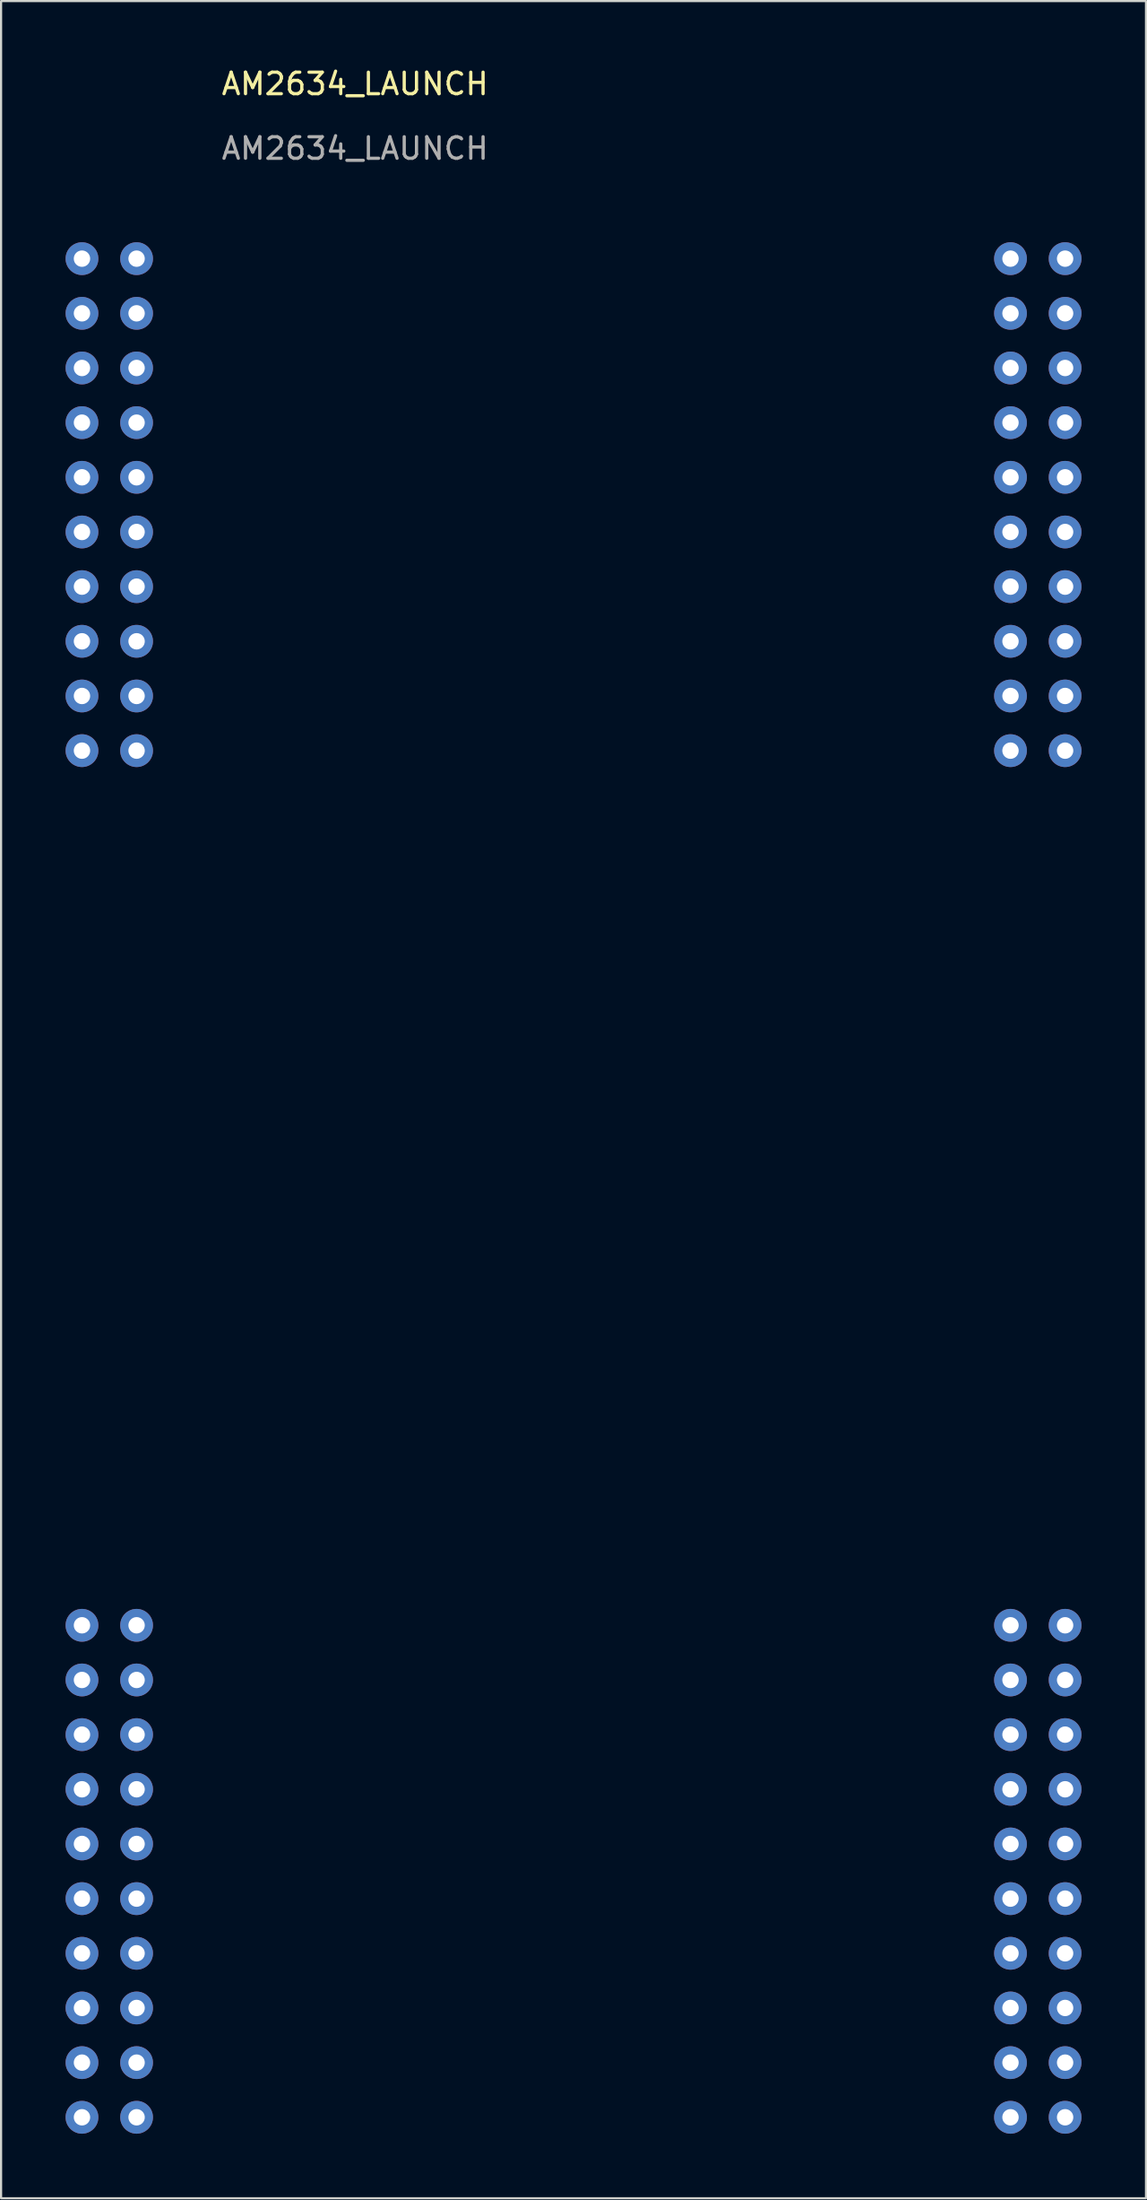
<source format=kicad_pcb>
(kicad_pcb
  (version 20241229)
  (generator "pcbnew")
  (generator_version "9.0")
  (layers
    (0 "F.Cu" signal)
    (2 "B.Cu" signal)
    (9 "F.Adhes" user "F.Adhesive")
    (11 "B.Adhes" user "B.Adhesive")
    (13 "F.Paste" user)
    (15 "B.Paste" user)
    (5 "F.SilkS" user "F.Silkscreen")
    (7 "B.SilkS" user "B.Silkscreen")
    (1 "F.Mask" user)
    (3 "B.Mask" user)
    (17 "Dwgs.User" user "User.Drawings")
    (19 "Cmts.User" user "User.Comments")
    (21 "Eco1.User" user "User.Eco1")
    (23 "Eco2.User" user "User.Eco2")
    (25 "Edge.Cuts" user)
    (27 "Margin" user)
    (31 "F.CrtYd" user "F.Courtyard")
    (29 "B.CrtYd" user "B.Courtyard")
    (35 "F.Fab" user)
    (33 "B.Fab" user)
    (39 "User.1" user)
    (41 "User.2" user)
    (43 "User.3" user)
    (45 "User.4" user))
  (footprint "AM2634_LAUNCH"
    (layer "F.Cu")
    (at 0.762 8.968)
    (property "Reference" "AM2634_LAUNCH" (at 12.7 -8.12 0) (unlocked yes) (layer "F.SilkS") (effects (font (size 1 1) (thickness 0.15))))
    (attr through_hole)
    (fp_text user "${REFERENCE}" (at 12.7 -5.12 0) (unlocked yes) (layer "F.Fab") (effects (font (size 1 1) (thickness 0.15))))
    (pad "1" thru_hole circle (at 0 0) (size 1.524 1.524) (drill 0.762) (layers "*.Cu" "*.Mask"))
    (pad "2" thru_hole circle (at 0 2.54) (size 1.524 1.524) (drill 0.762) (layers "*.Cu" "*.Mask"))
    (pad "3" thru_hole circle (at 0 5.08) (size 1.524 1.524) (drill 0.762) (layers "*.Cu" "*.Mask"))
    (pad "4" thru_hole circle (at 0 7.62) (size 1.524 1.524) (drill 0.762) (layers "*.Cu" "*.Mask"))
    (pad "5" thru_hole circle (at 0 10.16) (size 1.524 1.524) (drill 0.762) (layers "*.Cu" "*.Mask"))
    (pad "6" thru_hole circle (at 0 12.7) (size 1.524 1.524) (drill 0.762) (layers "*.Cu" "*.Mask"))
    (pad "7" thru_hole circle (at 0 15.24) (size 1.524 1.524) (drill 0.762) (layers "*.Cu" "*.Mask"))
    (pad "8" thru_hole circle (at 0 17.78) (size 1.524 1.524) (drill 0.762) (layers "*.Cu" "*.Mask"))
    (pad "9" thru_hole circle (at 0 20.32) (size 1.524 1.524) (drill 0.762) (layers "*.Cu" "*.Mask"))
    (pad "10" thru_hole circle (at 0 22.86) (size 1.524 1.524) (drill 0.762) (layers "*.Cu" "*.Mask"))
    (pad "11" thru_hole circle (at 45.72 22.86) (size 1.524 1.524) (drill 0.762) (layers "*.Cu" "*.Mask"))
    (pad "12" thru_hole circle (at 45.72 20.32) (size 1.524 1.524) (drill 0.762) (layers "*.Cu" "*.Mask"))
    (pad "13" thru_hole circle (at 45.72 17.78) (size 1.524 1.524) (drill 0.762) (layers "*.Cu" "*.Mask"))
    (pad "14" thru_hole circle (at 45.72 15.24) (size 1.524 1.524) (drill 0.762) (layers "*.Cu" "*.Mask"))
    (pad "15" thru_hole circle (at 45.72 12.7) (size 1.524 1.524) (drill 0.762) (layers "*.Cu" "*.Mask"))
    (pad "16" thru_hole circle (at 45.72 10.16) (size 1.524 1.524) (drill 0.762) (layers "*.Cu" "*.Mask"))
    (pad "17" thru_hole circle (at 45.72 7.62) (size 1.524 1.524) (drill 0.762) (layers "*.Cu" "*.Mask"))
    (pad "18" thru_hole circle (at 45.72 5.08) (size 1.524 1.524) (drill 0.762) (layers "*.Cu" "*.Mask"))
    (pad "19" thru_hole circle (at 45.72 2.54) (size 1.524 1.524) (drill 0.762) (layers "*.Cu" "*.Mask"))
    (pad "20" thru_hole circle (at 45.72 0) (size 1.524 1.524) (drill 0.762) (layers "*.Cu" "*.Mask"))
    (pad "21" thru_hole circle (at 2.54 0) (size 1.524 1.524) (drill 0.762) (layers "*.Cu" "*.Mask"))
    (pad "22" thru_hole circle (at 2.54 2.54) (size 1.524 1.524) (drill 0.762) (layers "*.Cu" "*.Mask"))
    (pad "23" thru_hole circle (at 2.54 5.08) (size 1.524 1.524) (drill 0.762) (layers "*.Cu" "*.Mask"))
    (pad "24" thru_hole circle (at 2.54 7.62) (size 1.524 1.524) (drill 0.762) (layers "*.Cu" "*.Mask"))
    (pad "25" thru_hole circle (at 2.54 10.16) (size 1.524 1.524) (drill 0.762) (layers "*.Cu" "*.Mask"))
    (pad "26" thru_hole circle (at 2.54 12.7) (size 1.524 1.524) (drill 0.762) (layers "*.Cu" "*.Mask"))
    (pad "27" thru_hole circle (at 2.54 15.24) (size 1.524 1.524) (drill 0.762) (layers "*.Cu" "*.Mask"))
    (pad "28" thru_hole circle (at 2.54 17.78) (size 1.524 1.524) (drill 0.762) (layers "*.Cu" "*.Mask"))
    (pad "29" thru_hole circle (at 2.54 20.32) (size 1.524 1.524) (drill 0.762) (layers "*.Cu" "*.Mask"))
    (pad "30" thru_hole circle (at 2.54 22.86) (size 1.524 1.524) (drill 0.762) (layers "*.Cu" "*.Mask"))
    (pad "31" thru_hole circle (at 43.18 22.86) (size 1.524 1.524) (drill 0.762) (layers "*.Cu" "*.Mask"))
    (pad "32" thru_hole circle (at 43.18 20.32) (size 1.524 1.524) (drill 0.762) (layers "*.Cu" "*.Mask"))
    (pad "33" thru_hole circle (at 43.18 17.78) (size 1.524 1.524) (drill 0.762) (layers "*.Cu" "*.Mask"))
    (pad "34" thru_hole circle (at 43.18 15.24) (size 1.524 1.524) (drill 0.762) (layers "*.Cu" "*.Mask"))
    (pad "35" thru_hole circle (at 43.18 12.7) (size 1.524 1.524) (drill 0.762) (layers "*.Cu" "*.Mask"))
    (pad "36" thru_hole circle (at 43.18 10.16) (size 1.524 1.524) (drill 0.762) (layers "*.Cu" "*.Mask"))
    (pad "37" thru_hole circle (at 43.18 7.62) (size 1.524 1.524) (drill 0.762) (layers "*.Cu" "*.Mask"))
    (pad "38" thru_hole circle (at 43.18 5.08) (size 1.524 1.524) (drill 0.762) (layers "*.Cu" "*.Mask"))
    (pad "39" thru_hole circle (at 43.18 2.54) (size 1.524 1.524) (drill 0.762) (layers "*.Cu" "*.Mask"))
    (pad "40" thru_hole circle (at 43.18 0) (size 1.524 1.524) (drill 0.762) (layers "*.Cu" "*.Mask"))
    (pad "41" thru_hole circle (at 0 63.5) (size 1.524 1.524) (drill 0.762) (layers "*.Cu" "*.Mask"))
    (pad "42" thru_hole circle (at 0 66.04) (size 1.524 1.524) (drill 0.762) (layers "*.Cu" "*.Mask"))
    (pad "43" thru_hole circle (at 0 68.58) (size 1.524 1.524) (drill 0.762) (layers "*.Cu" "*.Mask"))
    (pad "44" thru_hole circle (at 0 71.12) (size 1.524 1.524) (drill 0.762) (layers "*.Cu" "*.Mask"))
    (pad "45" thru_hole circle (at 0 73.66) (size 1.524 1.524) (drill 0.762) (layers "*.Cu" "*.Mask"))
    (pad "46" thru_hole circle (at 0 76.2) (size 1.524 1.524) (drill 0.762) (layers "*.Cu" "*.Mask"))
    (pad "47" thru_hole circle (at 0 78.74) (size 1.524 1.524) (drill 0.762) (layers "*.Cu" "*.Mask"))
    (pad "48" thru_hole circle (at 0 81.28) (size 1.524 1.524) (drill 0.762) (layers "*.Cu" "*.Mask"))
    (pad "49" thru_hole circle (at 0 83.82) (size 1.524 1.524) (drill 0.762) (layers "*.Cu" "*.Mask"))
    (pad "50" thru_hole circle (at 0 86.36) (size 1.524 1.524) (drill 0.762) (layers "*.Cu" "*.Mask"))
    (pad "51" thru_hole circle (at 45.72 86.36) (size 1.524 1.524) (drill 0.762) (layers "*.Cu" "*.Mask"))
    (pad "52" thru_hole circle (at 45.72 83.82) (size 1.524 1.524) (drill 0.762) (layers "*.Cu" "*.Mask"))
    (pad "53" thru_hole circle (at 45.72 81.28) (size 1.524 1.524) (drill 0.762) (layers "*.Cu" "*.Mask"))
    (pad "54" thru_hole circle (at 45.72 78.74) (size 1.524 1.524) (drill 0.762) (layers "*.Cu" "*.Mask"))
    (pad "55" thru_hole circle (at 45.72 76.2) (size 1.524 1.524) (drill 0.762) (layers "*.Cu" "*.Mask"))
    (pad "56" thru_hole circle (at 45.72 73.66) (size 1.524 1.524) (drill 0.762) (layers "*.Cu" "*.Mask"))
    (pad "57" thru_hole circle (at 45.72 71.12) (size 1.524 1.524) (drill 0.762) (layers "*.Cu" "*.Mask"))
    (pad "58" thru_hole circle (at 45.72 68.58) (size 1.524 1.524) (drill 0.762) (layers "*.Cu" "*.Mask"))
    (pad "59" thru_hole circle (at 45.72 66.04) (size 1.524 1.524) (drill 0.762) (layers "*.Cu" "*.Mask"))
    (pad "60" thru_hole circle (at 45.72 63.5) (size 1.524 1.524) (drill 0.762) (layers "*.Cu" "*.Mask"))
    (pad "61" thru_hole circle (at 2.54 63.5) (size 1.524 1.524) (drill 0.762) (layers "*.Cu" "*.Mask"))
    (pad "62" thru_hole circle (at 2.54 66.04) (size 1.524 1.524) (drill 0.762) (layers "*.Cu" "*.Mask"))
    (pad "63" thru_hole circle (at 2.54 68.58) (size 1.524 1.524) (drill 0.762) (layers "*.Cu" "*.Mask"))
    (pad "64" thru_hole circle (at 2.54 71.12) (size 1.524 1.524) (drill 0.762) (layers "*.Cu" "*.Mask"))
    (pad "65" thru_hole circle (at 2.54 73.66) (size 1.524 1.524) (drill 0.762) (layers "*.Cu" "*.Mask"))
    (pad "66" thru_hole circle (at 2.54 76.2) (size 1.524 1.524) (drill 0.762) (layers "*.Cu" "*.Mask"))
    (pad "67" thru_hole circle (at 2.54 78.74) (size 1.524 1.524) (drill 0.762) (layers "*.Cu" "*.Mask"))
    (pad "68" thru_hole circle (at 2.54 81.28) (size 1.524 1.524) (drill 0.762) (layers "*.Cu" "*.Mask"))
    (pad "69" thru_hole circle (at 2.54 83.82) (size 1.524 1.524) (drill 0.762) (layers "*.Cu" "*.Mask"))
    (pad "70" thru_hole circle (at 2.54 86.36) (size 1.524 1.524) (drill 0.762) (layers "*.Cu" "*.Mask"))
    (pad "71" thru_hole circle (at 43.18 86.36) (size 1.524 1.524) (drill 0.762) (layers "*.Cu" "*.Mask"))
    (pad "72" thru_hole circle (at 43.18 83.82) (size 1.524 1.524) (drill 0.762) (layers "*.Cu" "*.Mask"))
    (pad "73" thru_hole circle (at 43.18 81.28) (size 1.524 1.524) (drill 0.762) (layers "*.Cu" "*.Mask"))
    (pad "74" thru_hole circle (at 43.18 78.74) (size 1.524 1.524) (drill 0.762) (layers "*.Cu" "*.Mask"))
    (pad "75" thru_hole circle (at 43.18 76.2) (size 1.524 1.524) (drill 0.762) (layers "*.Cu" "*.Mask"))
    (pad "76" thru_hole circle (at 43.18 73.66) (size 1.524 1.524) (drill 0.762) (layers "*.Cu" "*.Mask"))
    (pad "77" thru_hole circle (at 43.18 71.12) (size 1.524 1.524) (drill 0.762) (layers "*.Cu" "*.Mask"))
    (pad "78" thru_hole circle (at 43.18 68.58) (size 1.524 1.524) (drill 0.762) (layers "*.Cu" "*.Mask"))
    (pad "79" thru_hole circle (at 43.18 66.04) (size 1.524 1.524) (drill 0.762) (layers "*.Cu" "*.Mask"))
    (pad "80" thru_hole circle (at 43.18 63.5) (size 1.524 1.524) (drill 0.762) (layers "*.Cu" "*.Mask")))
  (gr_rect
    (start -3 -3)
    (end 50.244 99.09)
    (stroke (width 0.1) (type default))
    (fill no)
    (layer "Edge.Cuts")))
</source>
